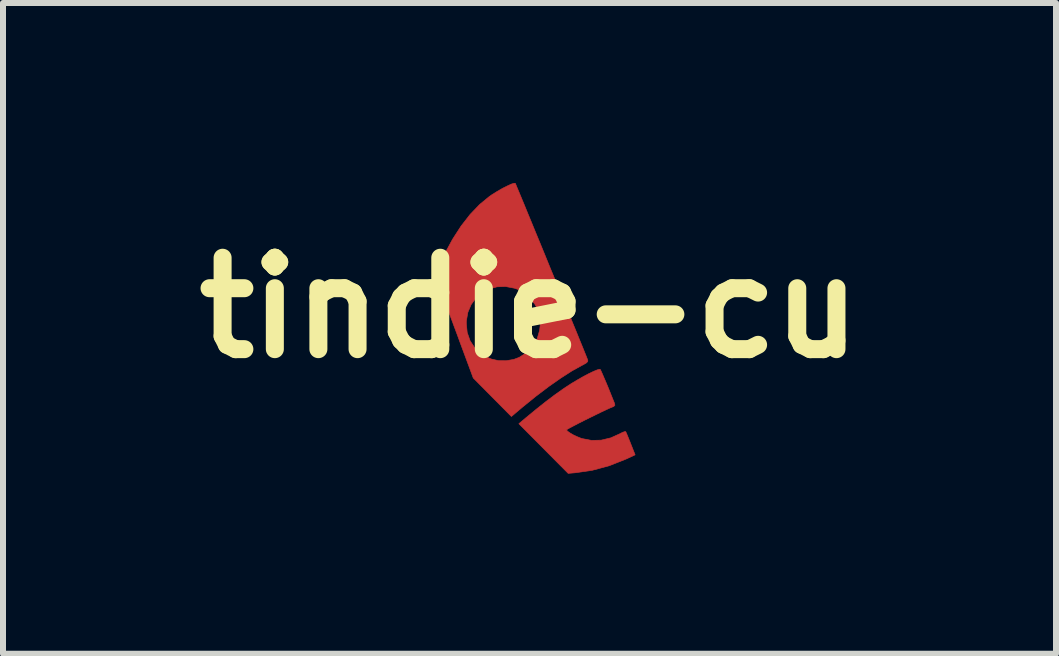
<source format=kicad_pcb>
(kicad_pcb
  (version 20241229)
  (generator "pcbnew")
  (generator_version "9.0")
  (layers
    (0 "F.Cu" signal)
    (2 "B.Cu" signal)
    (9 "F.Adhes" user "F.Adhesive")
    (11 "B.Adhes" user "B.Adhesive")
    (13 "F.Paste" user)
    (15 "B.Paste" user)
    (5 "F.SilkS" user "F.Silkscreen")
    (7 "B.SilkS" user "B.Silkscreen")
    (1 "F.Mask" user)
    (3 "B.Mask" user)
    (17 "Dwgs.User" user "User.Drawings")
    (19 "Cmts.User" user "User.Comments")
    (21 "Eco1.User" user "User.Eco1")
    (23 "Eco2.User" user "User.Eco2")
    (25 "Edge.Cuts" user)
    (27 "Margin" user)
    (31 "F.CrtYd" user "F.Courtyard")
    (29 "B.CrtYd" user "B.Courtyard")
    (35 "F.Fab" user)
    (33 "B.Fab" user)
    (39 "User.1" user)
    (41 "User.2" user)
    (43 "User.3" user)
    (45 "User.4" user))
  (footprint "tindie-cu"
    (layer "F.Cu")
    (at 5.777 2.081)
    (property "Reference" "tindie-cu" (at 0 0 0) (layer "F.SilkS") (effects (font (size 1.524 1.524) (thickness 0.3))))
    (attr through_hole)
    (fp_poly (pts (xy 1.179 1.027) (xy 1.19 1.048) (xy 1.212 1.097) (xy 1.242 1.167) (xy 1.279 1.253) (xy 1.319 1.349) (xy 1.359 1.449) (xy 1.398 1.546) (xy 1.417 1.593) (xy 1.423 1.624) (xy 1.404 1.644) (xy 1.383 1.653) (xy 1.339 1.671) (xy 1.274 1.701) (xy 1.193 1.739) (xy 1.101 1.784) (xy 1.003 1.832) (xy 0.906 1.88) (xy 0.815 1.926) (xy 0.735 1.968) (xy 0.672 2.001) (xy 0.63 2.025) (xy 0.617 2.035) (xy 0.632 2.056) (xy 0.673 2.085) (xy 0.731 2.119) (xy 0.798 2.15) (xy 0.865 2.177) (xy 0.877 2.18) (xy 1.033 2.21) (xy 1.194 2.206) (xy 1.354 2.168) (xy 1.5 2.102) (xy 1.551 2.076) (xy 1.589 2.063) (xy 1.603 2.064) (xy 1.615 2.089) (xy 1.634 2.135) (xy 1.648 2.169) (xy 1.677 2.241) (xy 1.709 2.322) (xy 1.722 2.355) (xy 1.76 2.451) (xy 1.61 2.521) (xy 1.328 2.633) (xy 1.044 2.709) (xy 0.771 2.749) (xy 0.644 2.76) (xy 0.233 2.346) (xy -0.178 1.932) (xy -0.059 1.832) (xy 0.116 1.688) (xy 0.272 1.564) (xy 0.416 1.455) (xy 0.554 1.357) (xy 0.604 1.323) (xy 0.701 1.26) (xy 0.802 1.2) (xy 0.9 1.144) (xy 0.991 1.096) (xy 1.069 1.059) (xy 1.13 1.034) (xy 1.169 1.025) (xy 1.179 1.027)) (stroke (width 0.01) (type solid)) (fill yes) (layer "F.Cu"))
    (fp_poly (pts (xy -0.237 -2.075) (xy -0.229 -2.057) (xy -0.209 -2.008) (xy -0.177 -1.932) (xy -0.135 -1.831) (xy -0.084 -1.708) (xy -0.026 -1.566) (xy 0.039 -1.409) (xy 0.109 -1.238) (xy 0.184 -1.057) (xy 0.261 -0.869) (xy 0.339 -0.677) (xy 0.419 -0.484) (xy 0.497 -0.293) (xy 0.573 -0.106) (xy 0.647 0.073) (xy 0.715 0.242) (xy 0.779 0.397) (xy 0.835 0.536) (xy 0.884 0.655) (xy 0.923 0.752) (xy 0.952 0.824) (xy 0.969 0.868) (xy 0.971 0.874) (xy 0.97 0.895) (xy 0.948 0.918) (xy 0.899 0.947) (xy 0.868 0.963) (xy 0.705 1.053) (xy 0.523 1.17) (xy 0.323 1.31) (xy 0.108 1.473) (xy -0.118 1.656) (xy -0.228 1.749) (xy -0.302 1.812) (xy -0.62 1.491) (xy -0.938 1.17) (xy -1.153 0.59) (xy -1.209 0.437) (xy -1.267 0.282) (xy -1.275 0.259) (xy -1.054 0.259) (xy -1.039 0.412) (xy -0.991 0.549) (xy -0.913 0.668) (xy -0.806 0.765) (xy -0.672 0.84) (xy -0.629 0.856) (xy -0.515 0.881) (xy -0.388 0.882) (xy -0.262 0.86) (xy -0.172 0.826) (xy -0.045 0.745) (xy 0.056 0.64) (xy 0.128 0.515) (xy 0.169 0.372) (xy 0.178 0.29) (xy 0.174 0.158) (xy 0.145 0.044) (xy 0.088 -0.062) (xy -0.000218 -0.167) (xy -0.009 -0.175) (xy -0.071 -0.234) (xy -0.122 -0.273) (xy -0.176 -0.301) (xy -0.246 -0.325) (xy -0.253 -0.327) (xy -0.4 -0.355) (xy -0.542 -0.35) (xy -0.674 -0.314) (xy -0.793 -0.251) (xy -0.894 -0.163) (xy -0.973 -0.054) (xy -1.028 0.075) (xy -1.053 0.219) (xy -1.054 0.259) (xy -1.275 0.259) (xy -1.323 0.131) (xy -1.375 -0.01) (xy -1.421 -0.132) (xy -1.457 -0.231) (xy -1.47 -0.263) (xy -1.572 -0.535) (xy -1.528 -0.644) (xy -1.413 -0.903) (xy -1.283 -1.143) (xy -1.141 -1.363) (xy -0.99 -1.557) (xy -0.831 -1.723) (xy -0.668 -1.857) (xy -0.626 -1.886) (xy -0.536 -1.942) (xy -0.449 -1.992) (xy -0.369 -2.032) (xy -0.304 -2.062) (xy -0.258 -2.076) (xy -0.237 -2.075)) (stroke (width 0.01) (type solid)) (fill yes) (layer "F.Cu")))
  (gr_rect
    (start -3 -3)
    (end 14.553 7.847)
    (stroke (width 0.1) (type default))
    (fill no)
    (layer "Edge.Cuts")))
</source>
